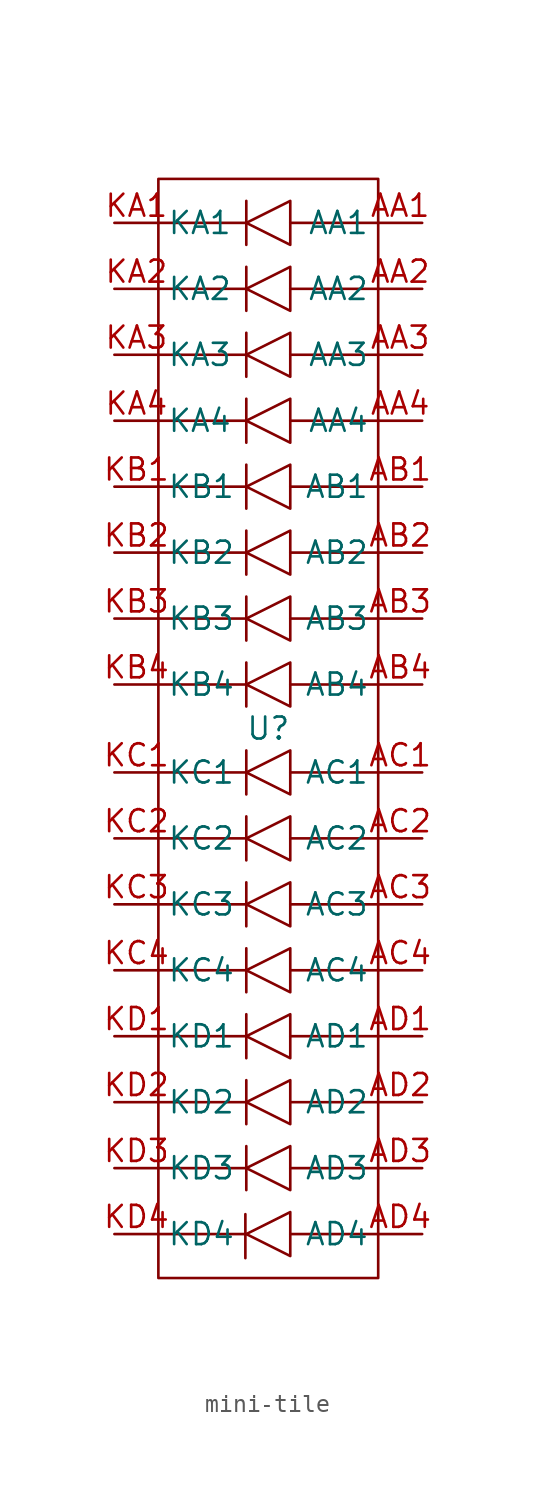
<source format=kicad_sym>
(kicad_symbol_lib
  (version 20241209)
  (generator "kicad_symbol_editor")
  (generator_version "9.0")
  (symbol "mini-tile"
    (property "Reference" "U"
      (at 0 0 0)
      (effects (font (size 1.27 1.27))))
    (property "Value" ""
      (at 0 0 0)
      (effects (font (size 1.27 1.27))))
    (symbol "mini-tile_0_1"
      (rectangle (start -6.35 31.75) (end 6.35 -31.75) (stroke (width 0) (type default)) (fill (type none)))
      (polyline (pts (xy -6.35 29.21) (xy -1.27 29.21)) (stroke (width 0) (type default)) (fill (type none)))
      (polyline (pts (xy -6.35 25.4) (xy -1.27 25.4)) (stroke (width 0) (type default)) (fill (type none)))
      (polyline (pts (xy -6.35 21.59) (xy -1.27 21.59)) (stroke (width 0) (type default)) (fill (type none)))
      (polyline (pts (xy -6.35 17.78) (xy -1.27 17.78)) (stroke (width 0) (type default)) (fill (type none)))
      (polyline (pts (xy -6.35 13.97) (xy -1.27 13.97)) (stroke (width 0) (type default)) (fill (type none)))
      (polyline (pts (xy -6.35 10.16) (xy -1.27 10.16)) (stroke (width 0) (type default)) (fill (type none)))
      (polyline (pts (xy -6.35 6.35) (xy -1.27 6.35)) (stroke (width 0) (type default)) (fill (type none)))
      (polyline (pts (xy -6.35 2.54) (xy -1.27 2.54)) (stroke (width 0) (type default)) (fill (type none)))
      (polyline (pts (xy -6.35 -2.54) (xy -1.27 -2.54)) (stroke (width 0) (type default)) (fill (type none)))
      (polyline (pts (xy -6.35 -6.35) (xy -1.27 -6.35)) (stroke (width 0) (type default)) (fill (type none)))
      (polyline (pts (xy -6.35 -10.16) (xy -1.27 -10.16)) (stroke (width 0) (type default)) (fill (type none)))
      (polyline (pts (xy -6.35 -13.97) (xy -1.27 -13.97)) (stroke (width 0) (type default)) (fill (type none)))
      (polyline (pts (xy -6.35 -17.78) (xy -1.27 -17.78)) (stroke (width 0) (type default)) (fill (type none)))
      (polyline (pts (xy -6.35 -21.59) (xy -1.27 -21.59)) (stroke (width 0) (type default)) (fill (type none)))
      (polyline (pts (xy -6.35 -25.4) (xy -1.27 -25.4)) (stroke (width 0) (type default)) (fill (type none)))
      (polyline (pts (xy -6.35 -29.21) (xy -1.27 -29.21)) (stroke (width 0) (type default)) (fill (type none)))
      (polyline (pts (xy -1.324 -28.061) (xy -1.324 -30.601)) (stroke (width 0) (type default)) (fill (type none)))
      (polyline (pts (xy -1.27 30.48) (xy -1.27 27.94)) (stroke (width 0) (type default)) (fill (type none)))
      (polyline (pts (xy -1.27 26.67) (xy -1.27 24.13)) (stroke (width 0) (type default)) (fill (type none)))
      (polyline (pts (xy -1.27 22.86) (xy -1.27 20.32)) (stroke (width 0) (type default)) (fill (type none)))
      (polyline (pts (xy -1.27 19.05) (xy -1.27 16.51)) (stroke (width 0) (type default)) (fill (type none)))
      (polyline (pts (xy -1.27 15.24) (xy -1.27 12.7)) (stroke (width 0) (type default)) (fill (type none)))
      (polyline (pts (xy -1.27 11.43) (xy -1.27 8.89)) (stroke (width 0) (type default)) (fill (type none)))
      (polyline (pts (xy -1.27 7.62) (xy -1.27 5.08)) (stroke (width 0) (type default)) (fill (type none)))
      (polyline (pts (xy -1.27 3.81) (xy -1.27 1.27)) (stroke (width 0) (type default)) (fill (type none)))
      (polyline (pts (xy -1.27 -1.27) (xy -1.27 -3.81)) (stroke (width 0) (type default)) (fill (type none)))
      (polyline (pts (xy -1.27 -5.08) (xy -1.27 -7.62)) (stroke (width 0) (type default)) (fill (type none)))
      (polyline (pts (xy -1.27 -8.89) (xy -1.27 -11.43)) (stroke (width 0) (type default)) (fill (type none)))
      (polyline (pts (xy -1.27 -12.7) (xy -1.27 -15.24)) (stroke (width 0) (type default)) (fill (type none)))
      (polyline (pts (xy -1.27 -16.51) (xy -1.27 -19.05)) (stroke (width 0) (type default)) (fill (type none)))
      (polyline (pts (xy -1.27 -20.32) (xy -1.27 -22.86)) (stroke (width 0) (type default)) (fill (type none)))
      (polyline (pts (xy -1.27 -24.13) (xy -1.27 -26.67)) (stroke (width 0) (type default)) (fill (type none)))
      (polyline (pts (xy 1.27 30.48) (xy 1.27 27.94) (xy -1.27 29.21) (xy 1.27 30.48)) (stroke (width 0) (type default)) (fill (type none)))
      (polyline (pts (xy 1.27 29.21) (xy 6.35 29.21)) (stroke (width 0) (type default)) (fill (type none)))
      (polyline (pts (xy 1.27 26.67) (xy 1.27 24.13) (xy -1.27 25.4) (xy 1.27 26.67)) (stroke (width 0) (type default)) (fill (type none)))
      (polyline (pts (xy 1.27 25.4) (xy 6.35 25.4)) (stroke (width 0) (type default)) (fill (type none)))
      (polyline (pts (xy 1.27 22.86) (xy 1.27 20.32) (xy -1.27 21.59) (xy 1.27 22.86)) (stroke (width 0) (type default)) (fill (type none)))
      (polyline (pts (xy 1.27 21.59) (xy 6.35 21.59)) (stroke (width 0) (type default)) (fill (type none)))
      (polyline (pts (xy 1.27 19.05) (xy 1.27 16.51) (xy -1.27 17.78) (xy 1.27 19.05)) (stroke (width 0) (type default)) (fill (type none)))
      (polyline (pts (xy 1.27 17.78) (xy 6.35 17.78)) (stroke (width 0) (type default)) (fill (type none)))
      (polyline (pts (xy 1.27 15.24) (xy 1.27 12.7) (xy -1.27 13.97) (xy 1.27 15.24)) (stroke (width 0) (type default)) (fill (type none)))
      (polyline (pts (xy 1.27 13.97) (xy 6.35 13.97)) (stroke (width 0) (type default)) (fill (type none)))
      (polyline (pts (xy 1.27 11.43) (xy 1.27 8.89) (xy -1.27 10.16) (xy 1.27 11.43)) (stroke (width 0) (type default)) (fill (type none)))
      (polyline (pts (xy 1.27 10.16) (xy 6.35 10.16)) (stroke (width 0) (type default)) (fill (type none)))
      (polyline (pts (xy 1.27 7.62) (xy 1.27 5.08) (xy -1.27 6.35) (xy 1.27 7.62)) (stroke (width 0) (type default)) (fill (type none)))
      (polyline (pts (xy 1.27 6.35) (xy 6.35 6.35)) (stroke (width 0) (type default)) (fill (type none)))
      (polyline (pts (xy 1.27 3.81) (xy 1.27 1.27) (xy -1.27 2.54) (xy 1.27 3.81)) (stroke (width 0) (type default)) (fill (type none)))
      (polyline (pts (xy 1.27 2.54) (xy 6.35 2.54)) (stroke (width 0) (type default)) (fill (type none)))
      (polyline (pts (xy 1.27 -1.27) (xy 1.27 -3.81) (xy -1.27 -2.54) (xy 1.27 -1.27)) (stroke (width 0) (type default)) (fill (type none)))
      (polyline (pts (xy 1.27 -2.54) (xy 6.35 -2.54)) (stroke (width 0) (type default)) (fill (type none)))
      (polyline (pts (xy 1.27 -5.08) (xy 1.27 -7.62) (xy -1.27 -6.35) (xy 1.27 -5.08)) (stroke (width 0) (type default)) (fill (type none)))
      (polyline (pts (xy 1.27 -6.35) (xy 6.35 -6.35)) (stroke (width 0) (type default)) (fill (type none)))
      (polyline (pts (xy 1.27 -8.89) (xy 1.27 -11.43) (xy -1.27 -10.16) (xy 1.27 -8.89)) (stroke (width 0) (type default)) (fill (type none)))
      (polyline (pts (xy 1.27 -10.16) (xy 6.35 -10.16)) (stroke (width 0) (type default)) (fill (type none)))
      (polyline (pts (xy 1.27 -12.7) (xy 1.27 -15.24) (xy -1.27 -13.97) (xy 1.27 -12.7)) (stroke (width 0) (type default)) (fill (type none)))
      (polyline (pts (xy 1.27 -13.97) (xy 6.35 -13.97)) (stroke (width 0) (type default)) (fill (type none)))
      (polyline (pts (xy 1.27 -16.51) (xy 1.27 -19.05) (xy -1.27 -17.78) (xy 1.27 -16.51)) (stroke (width 0) (type default)) (fill (type none)))
      (polyline (pts (xy 1.27 -17.78) (xy 6.35 -17.78)) (stroke (width 0) (type default)) (fill (type none)))
      (polyline (pts (xy 1.27 -20.32) (xy 1.27 -22.86) (xy -1.27 -21.59) (xy 1.27 -20.32)) (stroke (width 0) (type default)) (fill (type none)))
      (polyline (pts (xy 1.27 -21.59) (xy 6.35 -21.59)) (stroke (width 0) (type default)) (fill (type none)))
      (polyline (pts (xy 1.27 -24.13) (xy 1.27 -26.67) (xy -1.27 -25.4) (xy 1.27 -24.13)) (stroke (width 0) (type default)) (fill (type none)))
      (polyline (pts (xy 1.27 -25.4) (xy 6.35 -25.4)) (stroke (width 0) (type default)) (fill (type none)))
      (polyline (pts (xy 1.27 -27.94) (xy 1.27 -30.48) (xy -1.27 -29.21) (xy 1.27 -27.94)) (stroke (width 0) (type default)) (fill (type none)))
      (polyline (pts (xy 1.27 -29.21) (xy 6.35 -29.21)) (stroke (width 0) (type default)) (fill (type none))))
    (symbol "mini-tile_1_1"
      (pin input line (at -8.89 29.21 0) (length 2.54) (name "KA1" (effects (font (size 1.27 1.27)))) (number "KA1" (effects (font (size 1.27 1.27)))))
      (pin input line (at -8.89 25.4 0) (length 2.54) (name "KA2" (effects (font (size 1.27 1.27)))) (number "KA2" (effects (font (size 1.27 1.27)))))
      (pin input line (at -8.89 21.59 0) (length 2.54) (name "KA3" (effects (font (size 1.27 1.27)))) (number "KA3" (effects (font (size 1.27 1.27)))))
      (pin input line (at -8.89 17.78 0) (length 2.54) (name "KA4" (effects (font (size 1.27 1.27)))) (number "KA4" (effects (font (size 1.27 1.27)))))
      (pin input line (at -8.89 13.97 0) (length 2.54) (name "KB1" (effects (font (size 1.27 1.27)))) (number "KB1" (effects (font (size 1.27 1.27)))))
      (pin input line (at -8.89 10.16 0) (length 2.54) (name "KB2" (effects (font (size 1.27 1.27)))) (number "KB2" (effects (font (size 1.27 1.27)))))
      (pin input line (at -8.89 6.35 0) (length 2.54) (name "KB3" (effects (font (size 1.27 1.27)))) (number "KB3" (effects (font (size 1.27 1.27)))))
      (pin input line (at -8.89 2.54 0) (length 2.54) (name "KB4" (effects (font (size 1.27 1.27)))) (number "KB4" (effects (font (size 1.27 1.27)))))
      (pin input line (at -8.89 -2.54 0) (length 2.54) (name "KC1" (effects (font (size 1.27 1.27)))) (number "KC1" (effects (font (size 1.27 1.27)))))
      (pin input line (at -8.89 -6.35 0) (length 2.54) (name "KC2" (effects (font (size 1.27 1.27)))) (number "KC2" (effects (font (size 1.27 1.27)))))
      (pin input line (at -8.89 -10.16 0) (length 2.54) (name "KC3" (effects (font (size 1.27 1.27)))) (number "KC3" (effects (font (size 1.27 1.27)))))
      (pin input line (at -8.89 -13.97 0) (length 2.54) (name "KC4" (effects (font (size 1.27 1.27)))) (number "KC4" (effects (font (size 1.27 1.27)))))
      (pin input line (at -8.89 -17.78 0) (length 2.54) (name "KD1" (effects (font (size 1.27 1.27)))) (number "KD1" (effects (font (size 1.27 1.27)))))
      (pin input line (at -8.89 -21.59 0) (length 2.54) (name "KD2" (effects (font (size 1.27 1.27)))) (number "KD2" (effects (font (size 1.27 1.27)))))
      (pin input line (at -8.89 -25.4 0) (length 2.54) (name "KD3" (effects (font (size 1.27 1.27)))) (number "KD3" (effects (font (size 1.27 1.27)))))
      (pin input line (at -8.89 -29.21 0) (length 2.54) (name "KD4" (effects (font (size 1.27 1.27)))) (number "KD4" (effects (font (size 1.27 1.27)))))
      (pin output line (at 8.89 29.21 180) (length 2.54) (name "AA1" (effects (font (size 1.27 1.27)))) (number "AA1" (effects (font (size 1.27 1.27)))))
      (pin output line (at 8.89 25.4 180) (length 2.54) (name "AA2" (effects (font (size 1.27 1.27)))) (number "AA2" (effects (font (size 1.27 1.27)))))
      (pin output line (at 8.89 21.59 180) (length 2.54) (name "AA3" (effects (font (size 1.27 1.27)))) (number "AA3" (effects (font (size 1.27 1.27)))))
      (pin output line (at 8.89 17.78 180) (length 2.54) (name "AA4" (effects (font (size 1.27 1.27)))) (number "AA4" (effects (font (size 1.27 1.27)))))
      (pin output line (at 8.89 13.97 180) (length 2.54) (name "AB1" (effects (font (size 1.27 1.27)))) (number "AB1" (effects (font (size 1.27 1.27)))))
      (pin output line (at 8.89 10.16 180) (length 2.54) (name "AB2" (effects (font (size 1.27 1.27)))) (number "AB2" (effects (font (size 1.27 1.27)))))
      (pin output line (at 8.89 6.35 180) (length 2.54) (name "AB3" (effects (font (size 1.27 1.27)))) (number "AB3" (effects (font (size 1.27 1.27)))))
      (pin output line (at 8.89 2.54 180) (length 2.54) (name "AB4" (effects (font (size 1.27 1.27)))) (number "AB4" (effects (font (size 1.27 1.27)))))
      (pin output line (at 8.89 -2.54 180) (length 2.54) (name "AC1" (effects (font (size 1.27 1.27)))) (number "AC1" (effects (font (size 1.27 1.27)))))
      (pin output line (at 8.89 -6.35 180) (length 2.54) (name "AC2" (effects (font (size 1.27 1.27)))) (number "AC2" (effects (font (size 1.27 1.27)))))
      (pin output line (at 8.89 -10.16 180) (length 2.54) (name "AC3" (effects (font (size 1.27 1.27)))) (number "AC3" (effects (font (size 1.27 1.27)))))
      (pin output line (at 8.89 -13.97 180) (length 2.54) (name "AC4" (effects (font (size 1.27 1.27)))) (number "AC4" (effects (font (size 1.27 1.27)))))
      (pin output line (at 8.89 -17.78 180) (length 2.54) (name "AD1" (effects (font (size 1.27 1.27)))) (number "AD1" (effects (font (size 1.27 1.27)))))
      (pin output line (at 8.89 -21.59 180) (length 2.54) (name "AD2" (effects (font (size 1.27 1.27)))) (number "AD2" (effects (font (size 1.27 1.27)))))
      (pin output line (at 8.89 -25.4 180) (length 2.54) (name "AD3" (effects (font (size 1.27 1.27)))) (number "AD3" (effects (font (size 1.27 1.27)))))
      (pin output line (at 8.89 -29.21 180) (length 2.54) (name "AD4" (effects (font (size 1.27 1.27)))) (number "AD4" (effects (font (size 1.27 1.27))))))))
</source>
